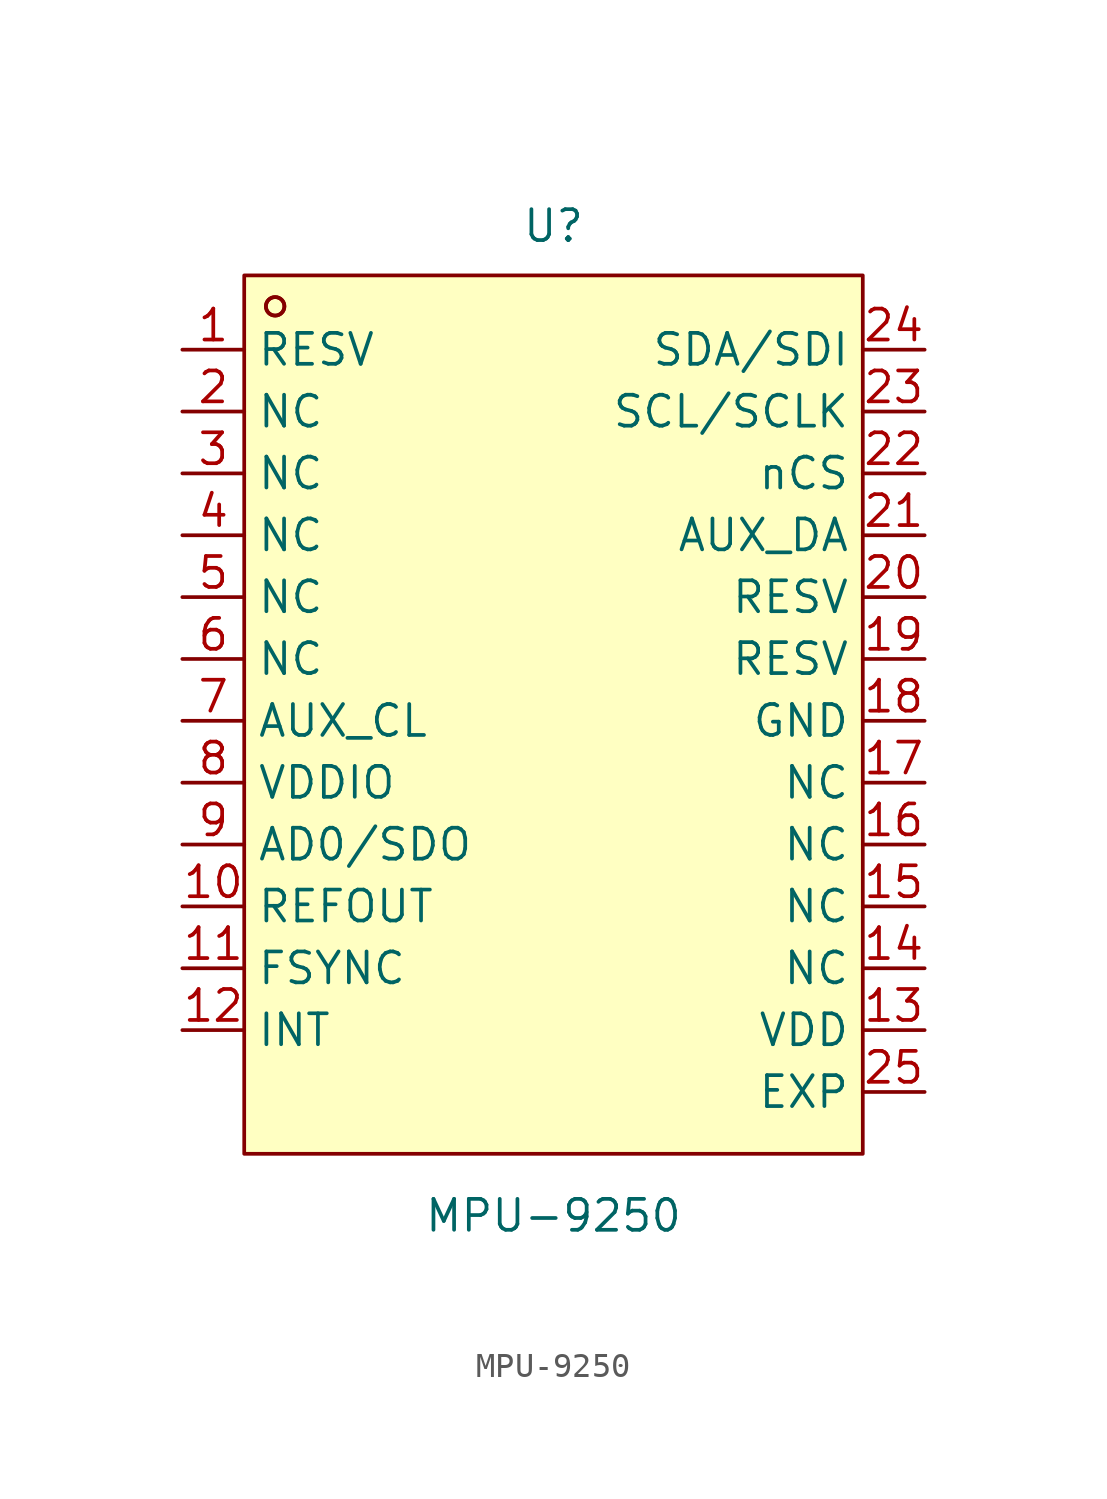
<source format=kicad_sym>
(kicad_symbol_lib
  (version 20211014)
  (generator https://github.com/uPesy/easyeda2kicad.py)
  (symbol "MPU-9250"
    (property "Reference" "U"
      (at 0 20.32 0)
      (effects (font (size 1.27 1.27))))
    (property "Value" "MPU-9250"
      (at 0 -20.32 0)
      (effects (font (size 1.27 1.27))))
    (symbol "MPU-9250_0_1"
      (rectangle (start -12.70 18.29) (end 12.70 -17.78) (stroke (width 0) (type default) (color 0 0 0 0)) (fill (type background)))
      (circle (center -11.43 17.02) (radius 0.38) (stroke (width 0) (type default) (color 0 0 0 0)) (fill (type none)))
      (circle (center -11.43 17.02) (radius 0.38) (stroke (width 0) (type default) (color 0 0 0 0)) (fill (type none)))
      (pin unspecified line (at -15.24 15.24 0) (length 2.54) (name "RESV" (effects (font (size 1.27 1.27)))) (number "1" (effects (font (size 1.27 1.27)))))
      (pin unspecified line (at -15.24 12.70 0) (length 2.54) (name "NC" (effects (font (size 1.27 1.27)))) (number "2" (effects (font (size 1.27 1.27)))))
      (pin unspecified line (at -15.24 10.16 0) (length 2.54) (name "NC" (effects (font (size 1.27 1.27)))) (number "3" (effects (font (size 1.27 1.27)))))
      (pin unspecified line (at -15.24 7.62 0) (length 2.54) (name "NC" (effects (font (size 1.27 1.27)))) (number "4" (effects (font (size 1.27 1.27)))))
      (pin unspecified line (at -15.24 5.08 0) (length 2.54) (name "NC" (effects (font (size 1.27 1.27)))) (number "5" (effects (font (size 1.27 1.27)))))
      (pin unspecified line (at -15.24 2.54 0) (length 2.54) (name "NC" (effects (font (size 1.27 1.27)))) (number "6" (effects (font (size 1.27 1.27)))))
      (pin unspecified line (at -15.24 -0.00 0) (length 2.54) (name "AUX_CL" (effects (font (size 1.27 1.27)))) (number "7" (effects (font (size 1.27 1.27)))))
      (pin unspecified line (at -15.24 -2.54 0) (length 2.54) (name "VDDIO" (effects (font (size 1.27 1.27)))) (number "8" (effects (font (size 1.27 1.27)))))
      (pin unspecified line (at -15.24 -5.08 0) (length 2.54) (name "AD0/SDO" (effects (font (size 1.27 1.27)))) (number "9" (effects (font (size 1.27 1.27)))))
      (pin unspecified line (at -15.24 -7.62 0) (length 2.54) (name "REFOUT" (effects (font (size 1.27 1.27)))) (number "10" (effects (font (size 1.27 1.27)))))
      (pin unspecified line (at -15.24 -10.16 0) (length 2.54) (name "FSYNC" (effects (font (size 1.27 1.27)))) (number "11" (effects (font (size 1.27 1.27)))))
      (pin unspecified line (at -15.24 -12.70 0) (length 2.54) (name "INT" (effects (font (size 1.27 1.27)))) (number "12" (effects (font (size 1.27 1.27)))))
      (pin unspecified line (at 15.24 -12.70 180) (length 2.54) (name "VDD" (effects (font (size 1.27 1.27)))) (number "13" (effects (font (size 1.27 1.27)))))
      (pin unspecified line (at 15.24 -10.16 180) (length 2.54) (name "NC" (effects (font (size 1.27 1.27)))) (number "14" (effects (font (size 1.27 1.27)))))
      (pin unspecified line (at 15.24 -7.62 180) (length 2.54) (name "NC" (effects (font (size 1.27 1.27)))) (number "15" (effects (font (size 1.27 1.27)))))
      (pin unspecified line (at 15.24 -5.08 180) (length 2.54) (name "NC" (effects (font (size 1.27 1.27)))) (number "16" (effects (font (size 1.27 1.27)))))
      (pin unspecified line (at 15.24 -2.54 180) (length 2.54) (name "NC" (effects (font (size 1.27 1.27)))) (number "17" (effects (font (size 1.27 1.27)))))
      (pin unspecified line (at 15.24 -0.00 180) (length 2.54) (name "GND" (effects (font (size 1.27 1.27)))) (number "18" (effects (font (size 1.27 1.27)))))
      (pin unspecified line (at 15.24 2.54 180) (length 2.54) (name "RESV" (effects (font (size 1.27 1.27)))) (number "19" (effects (font (size 1.27 1.27)))))
      (pin unspecified line (at 15.24 5.08 180) (length 2.54) (name "RESV" (effects (font (size 1.27 1.27)))) (number "20" (effects (font (size 1.27 1.27)))))
      (pin unspecified line (at 15.24 7.62 180) (length 2.54) (name "AUX_DA" (effects (font (size 1.27 1.27)))) (number "21" (effects (font (size 1.27 1.27)))))
      (pin unspecified line (at 15.24 10.16 180) (length 2.54) (name "nCS" (effects (font (size 1.27 1.27)))) (number "22" (effects (font (size 1.27 1.27)))))
      (pin unspecified line (at 15.24 12.70 180) (length 2.54) (name "SCL/SCLK" (effects (font (size 1.27 1.27)))) (number "23" (effects (font (size 1.27 1.27)))))
      (pin unspecified line (at 15.24 15.24 180) (length 2.54) (name "SDA/SDI" (effects (font (size 1.27 1.27)))) (number "24" (effects (font (size 1.27 1.27)))))
      (pin unspecified line (at 15.24 -15.24 180) (length 2.54) (name "EXP" (effects (font (size 1.27 1.27)))) (number "25" (effects (font (size 1.27 1.27))))))))
</source>
